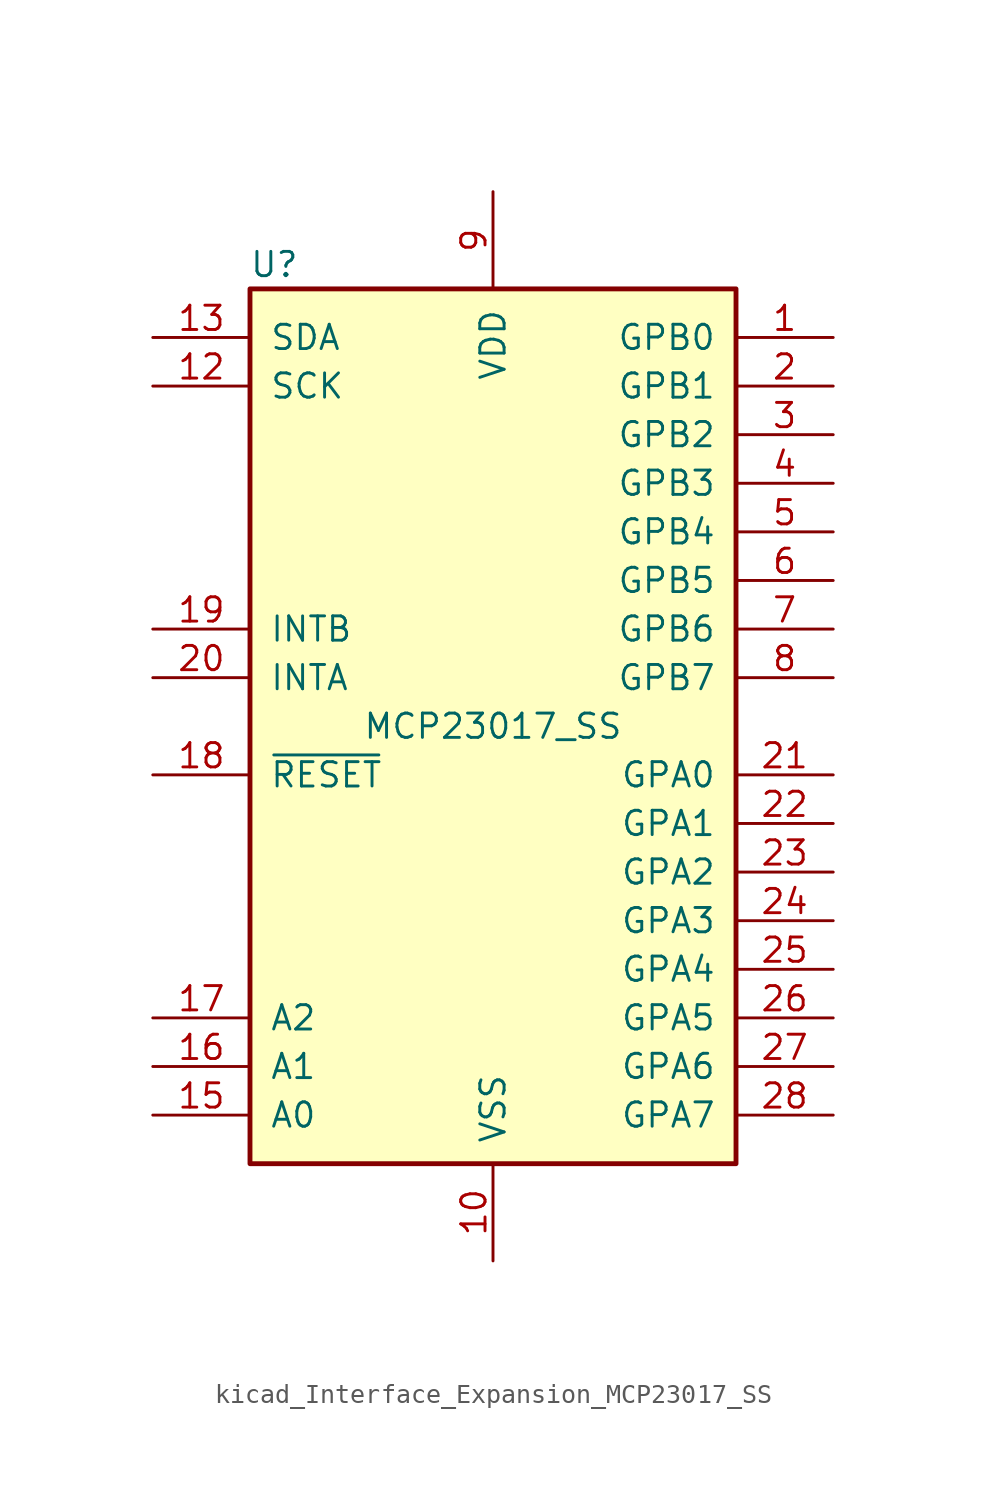
<source format=kicad_sym>
(kicad_symbol_lib
  (version 20220914)
  (generator kicad_symbol_editor)
  (symbol "kicad_Interface_Expansion_MCP23017_SS"
    (pin_names
      (offset 1.016))
    (property "Reference" "U"
      (at -11.43 24.13 0)
      (effects (font (size 1.27 1.27))))
    (property "Value" "MCP23017_SS"
      (at 0 0 0)
      (effects (font (size 1.27 1.27))))
    (symbol "kicad_Interface_Expansion_MCP23017_SS_0_1"
      (rectangle (start -12.7 22.86) (end 12.7 -22.86) (stroke (width 0.254) (type default)) (fill (type background))))
    (symbol "kicad_Interface_Expansion_MCP23017_SS_1_1"
      (pin bidirectional line (at 17.78 20.32 180) (length 5.08) (name "GPB0" (effects (font (size 1.27 1.27)))) (number "1" (effects (font (size 1.27 1.27)))))
      (pin power_in line (at 0 -27.94 90) (length 5.08) (name "VSS" (effects (font (size 1.27 1.27)))) (number "10" (effects (font (size 1.27 1.27)))))
      (pin no_connect line (at -12.7 15.24 0) (length 5.08) hide (name "NC" (effects (font (size 1.27 1.27)))) (number "11" (effects (font (size 1.27 1.27)))))
      (pin input line (at -17.78 17.78 0) (length 5.08) (name "SCK" (effects (font (size 1.27 1.27)))) (number "12" (effects (font (size 1.27 1.27)))))
      (pin bidirectional line (at -17.78 20.32 0) (length 5.08) (name "SDA" (effects (font (size 1.27 1.27)))) (number "13" (effects (font (size 1.27 1.27)))))
      (pin no_connect line (at -12.7 12.7 0) (length 5.08) hide (name "NC" (effects (font (size 1.27 1.27)))) (number "14" (effects (font (size 1.27 1.27)))))
      (pin input line (at -17.78 -20.32 0) (length 5.08) (name "A0" (effects (font (size 1.27 1.27)))) (number "15" (effects (font (size 1.27 1.27)))))
      (pin input line (at -17.78 -17.78 0) (length 5.08) (name "A1" (effects (font (size 1.27 1.27)))) (number "16" (effects (font (size 1.27 1.27)))))
      (pin input line (at -17.78 -15.24 0) (length 5.08) (name "A2" (effects (font (size 1.27 1.27)))) (number "17" (effects (font (size 1.27 1.27)))))
      (pin input line (at -17.78 -2.54 0) (length 5.08) (name "~{RESET}" (effects (font (size 1.27 1.27)))) (number "18" (effects (font (size 1.27 1.27)))))
      (pin tri_state line (at -17.78 5.08 0) (length 5.08) (name "INTB" (effects (font (size 1.27 1.27)))) (number "19" (effects (font (size 1.27 1.27)))))
      (pin bidirectional line (at 17.78 17.78 180) (length 5.08) (name "GPB1" (effects (font (size 1.27 1.27)))) (number "2" (effects (font (size 1.27 1.27)))))
      (pin tri_state line (at -17.78 2.54 0) (length 5.08) (name "INTA" (effects (font (size 1.27 1.27)))) (number "20" (effects (font (size 1.27 1.27)))))
      (pin bidirectional line (at 17.78 -2.54 180) (length 5.08) (name "GPA0" (effects (font (size 1.27 1.27)))) (number "21" (effects (font (size 1.27 1.27)))))
      (pin bidirectional line (at 17.78 -5.08 180) (length 5.08) (name "GPA1" (effects (font (size 1.27 1.27)))) (number "22" (effects (font (size 1.27 1.27)))))
      (pin bidirectional line (at 17.78 -7.62 180) (length 5.08) (name "GPA2" (effects (font (size 1.27 1.27)))) (number "23" (effects (font (size 1.27 1.27)))))
      (pin bidirectional line (at 17.78 -10.16 180) (length 5.08) (name "GPA3" (effects (font (size 1.27 1.27)))) (number "24" (effects (font (size 1.27 1.27)))))
      (pin bidirectional line (at 17.78 -12.7 180) (length 5.08) (name "GPA4" (effects (font (size 1.27 1.27)))) (number "25" (effects (font (size 1.27 1.27)))))
      (pin bidirectional line (at 17.78 -15.24 180) (length 5.08) (name "GPA5" (effects (font (size 1.27 1.27)))) (number "26" (effects (font (size 1.27 1.27)))))
      (pin bidirectional line (at 17.78 -17.78 180) (length 5.08) (name "GPA6" (effects (font (size 1.27 1.27)))) (number "27" (effects (font (size 1.27 1.27)))))
      (pin bidirectional line (at 17.78 -20.32 180) (length 5.08) (name "GPA7" (effects (font (size 1.27 1.27)))) (number "28" (effects (font (size 1.27 1.27)))))
      (pin bidirectional line (at 17.78 15.24 180) (length 5.08) (name "GPB2" (effects (font (size 1.27 1.27)))) (number "3" (effects (font (size 1.27 1.27)))))
      (pin bidirectional line (at 17.78 12.7 180) (length 5.08) (name "GPB3" (effects (font (size 1.27 1.27)))) (number "4" (effects (font (size 1.27 1.27)))))
      (pin bidirectional line (at 17.78 10.16 180) (length 5.08) (name "GPB4" (effects (font (size 1.27 1.27)))) (number "5" (effects (font (size 1.27 1.27)))))
      (pin bidirectional line (at 17.78 7.62 180) (length 5.08) (name "GPB5" (effects (font (size 1.27 1.27)))) (number "6" (effects (font (size 1.27 1.27)))))
      (pin bidirectional line (at 17.78 5.08 180) (length 5.08) (name "GPB6" (effects (font (size 1.27 1.27)))) (number "7" (effects (font (size 1.27 1.27)))))
      (pin bidirectional line (at 17.78 2.54 180) (length 5.08) (name "GPB7" (effects (font (size 1.27 1.27)))) (number "8" (effects (font (size 1.27 1.27)))))
      (pin power_in line (at 0 27.94 270) (length 5.08) (name "VDD" (effects (font (size 1.27 1.27)))) (number "9" (effects (font (size 1.27 1.27))))))))
</source>
